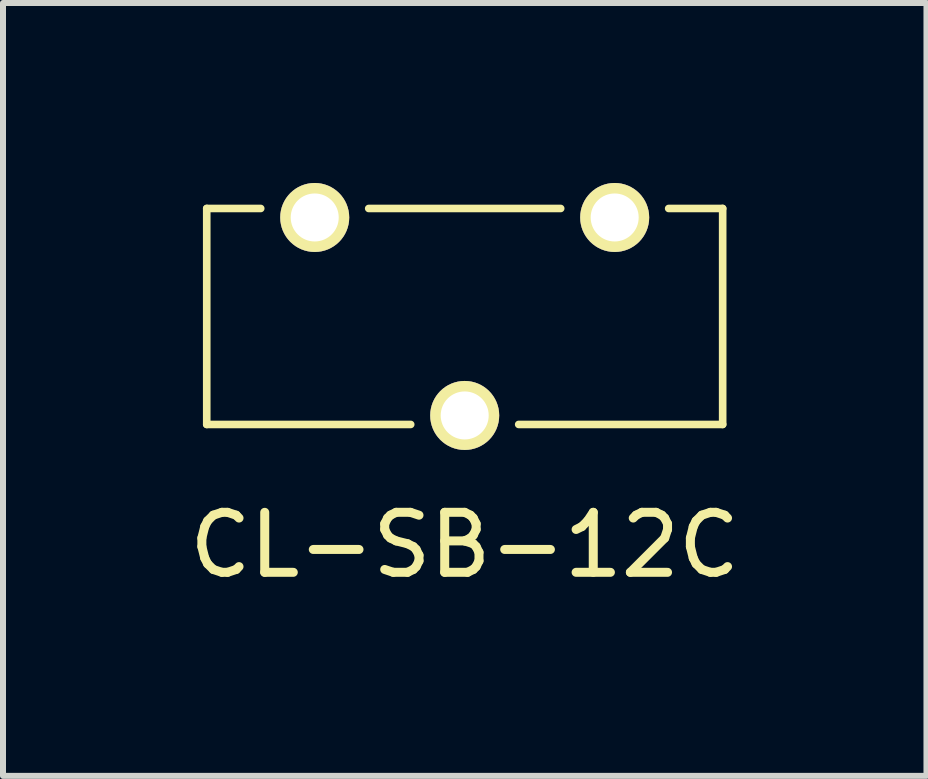
<source format=kicad_pcb>
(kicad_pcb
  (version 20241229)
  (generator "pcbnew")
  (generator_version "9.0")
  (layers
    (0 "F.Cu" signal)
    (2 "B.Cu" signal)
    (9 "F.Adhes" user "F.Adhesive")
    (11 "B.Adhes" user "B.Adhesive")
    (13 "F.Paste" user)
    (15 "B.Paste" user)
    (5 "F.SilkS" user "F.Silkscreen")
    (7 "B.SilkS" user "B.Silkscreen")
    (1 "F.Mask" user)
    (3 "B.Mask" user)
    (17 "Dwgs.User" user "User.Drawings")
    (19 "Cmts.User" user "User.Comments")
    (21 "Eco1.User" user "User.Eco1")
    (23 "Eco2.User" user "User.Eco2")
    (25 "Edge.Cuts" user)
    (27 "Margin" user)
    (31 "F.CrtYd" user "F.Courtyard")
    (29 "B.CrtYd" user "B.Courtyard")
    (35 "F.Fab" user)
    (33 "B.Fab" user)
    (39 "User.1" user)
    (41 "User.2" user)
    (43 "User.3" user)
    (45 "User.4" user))
  (footprint "CL-SB-12C"
    (layer "F.Cu")
    (at 4.696 2.225)
    (property "Reference" "CL-SB-12C" (at 0 3.81 0) (layer "F.SilkS") (effects (font (size 1 1) (thickness 0.15))))
    (attr through_hole)
    (fp_line (start -4.3 -1.8) (end -4.3 1.8) (stroke (width 0.127) (type solid)) (layer "F.SilkS"))
    (fp_line (start -4.3 -1.8) (end -3.4 -1.8) (stroke (width 0.127) (type solid)) (layer "F.SilkS"))
    (fp_line (start -4.3 1.8) (end -0.9 1.8) (stroke (width 0.127) (type solid)) (layer "F.SilkS"))
    (fp_line (start -1.6 -1.8) (end 1.6 -1.8) (stroke (width 0.127) (type solid)) (layer "F.SilkS"))
    (fp_line (start 0.9 1.8) (end 4.3 1.8) (stroke (width 0.127) (type solid)) (layer "F.SilkS"))
    (fp_line (start 3.4 -1.8) (end 4.3 -1.8) (stroke (width 0.127) (type solid)) (layer "F.SilkS"))
    (fp_line (start 4.3 1.8) (end 4.3 -1.8) (stroke (width 0.127) (type solid)) (layer "F.SilkS"))
    (pad "1" thru_hole circle (at -2.5 -1.65) (size 1.15 1.15) (drill 0.8) (layers "*.Cu" "*.Mask" "F.SilkS"))
    (pad "2" thru_hole circle (at 2.5 -1.65) (size 1.15 1.15) (drill 0.8) (layers "*.Cu" "*.Mask" "F.SilkS"))
    (pad "C" thru_hole circle (at 0 1.65) (size 1.15 1.15) (drill 0.8) (layers "*.Cu" "*.Mask" "F.SilkS")))
  (gr_rect
    (start -3 -3)
    (end 12.393 9.883)
    (stroke (width 0.1) (type default))
    (fill no)
    (layer "Edge.Cuts")))
</source>
